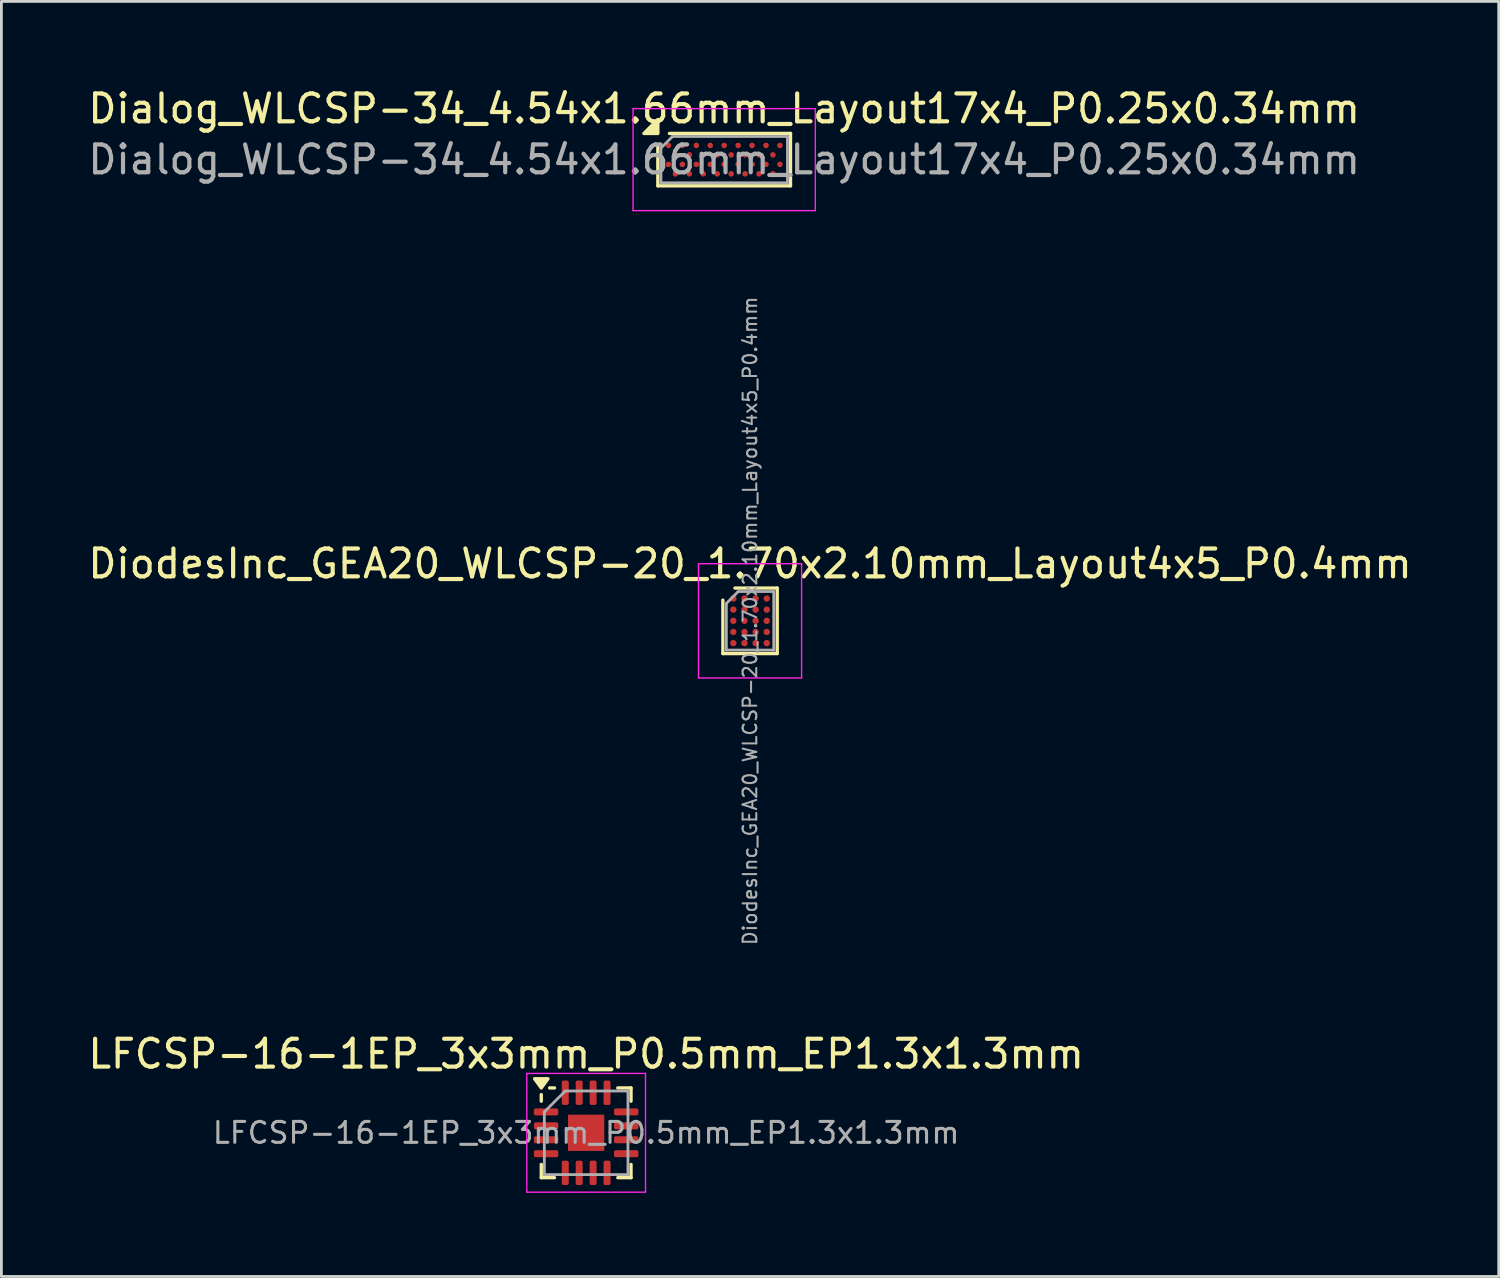
<source format=kicad_pcb>
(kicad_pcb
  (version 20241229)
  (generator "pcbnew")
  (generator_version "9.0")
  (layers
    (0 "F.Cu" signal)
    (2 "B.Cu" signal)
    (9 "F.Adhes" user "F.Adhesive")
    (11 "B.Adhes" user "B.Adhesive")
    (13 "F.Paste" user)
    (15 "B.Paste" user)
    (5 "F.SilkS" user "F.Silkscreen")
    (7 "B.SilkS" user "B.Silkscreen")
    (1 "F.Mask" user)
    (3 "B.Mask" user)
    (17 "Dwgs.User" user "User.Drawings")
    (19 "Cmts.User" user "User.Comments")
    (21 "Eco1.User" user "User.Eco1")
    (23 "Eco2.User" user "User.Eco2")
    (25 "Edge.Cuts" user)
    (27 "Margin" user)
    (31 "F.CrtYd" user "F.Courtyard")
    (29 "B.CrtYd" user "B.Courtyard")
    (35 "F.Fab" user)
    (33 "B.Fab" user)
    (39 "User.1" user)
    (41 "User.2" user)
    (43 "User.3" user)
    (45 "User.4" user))
  (footprint "Dialog_WLCSP-34_4.54x1.66mm_Layout17x4_P0.25x0.34mm"
    (layer "F.Cu")
    (at 22.935 2.678)
    (property "Reference" "Dialog_WLCSP-34_4.54x1.66mm_Layout17x4_P0.25x0.34mm" (at 0 -1.83 0) (layer "F.SilkS") (effects (font (size 1 1) (thickness 0.15))))
    (attr smd)
    (fp_line (start -2.38 0.94) (end -2.38 -0.525) (stroke (width 0.12) (type solid)) (layer "F.SilkS"))
    (fp_line (start -1.965 -0.94) (end 2.38 -0.94) (stroke (width 0.12) (type solid)) (layer "F.SilkS"))
    (fp_line (start 2.38 -0.94) (end 2.38 0.94) (stroke (width 0.12) (type solid)) (layer "F.SilkS"))
    (fp_line (start 2.38 0.94) (end -2.38 0.94) (stroke (width 0.12) (type solid)) (layer "F.SilkS"))
    (fp_poly (pts (xy -2.38 -0.94) (xy -2.88 -0.94) (xy -2.38 -1.44) (xy -2.38 -0.94)) (stroke (width 0.12) (type solid)) (fill yes) (layer "F.SilkS"))
    (fp_line (start -3.27 -1.83) (end -3.27 1.83) (stroke (width 0.05) (type solid)) (layer "F.CrtYd"))
    (fp_line (start -3.27 1.83) (end 3.27 1.83) (stroke (width 0.05) (type solid)) (layer "F.CrtYd"))
    (fp_line (start 3.27 -1.83) (end -3.27 -1.83) (stroke (width 0.05) (type solid)) (layer "F.CrtYd"))
    (fp_line (start 3.27 1.83) (end 3.27 -1.83) (stroke (width 0.05) (type solid)) (layer "F.CrtYd"))
    (fp_line (start -2.27 -0.415) (end -1.855 -0.83) (stroke (width 0.1) (type solid)) (layer "F.Fab"))
    (fp_line (start -2.27 0.83) (end -2.27 -0.415) (stroke (width 0.1) (type solid)) (layer "F.Fab"))
    (fp_line (start -1.855 -0.83) (end 2.27 -0.83) (stroke (width 0.1) (type solid)) (layer "F.Fab"))
    (fp_line (start 2.27 -0.83) (end 2.27 0.83) (stroke (width 0.1) (type solid)) (layer "F.Fab"))
    (fp_line (start 2.27 0.83) (end -2.27 0.83) (stroke (width 0.1) (type solid)) (layer "F.Fab"))
    (fp_text user "${REFERENCE}" (at 0 0 0) (layer "F.Fab") (effects (font (size 1 1) (thickness 0.15))))
    (pad "A1" smd circle (at -2 -0.51) (size 0.2 0.2) (property pad_prop_bga) (layers "F.Cu" "F.Mask" "F.Paste"))
    (pad "A3" smd circle (at -1.5 -0.51) (size 0.2 0.2) (property pad_prop_bga) (layers "F.Cu" "F.Mask" "F.Paste"))
    (pad "A5" smd circle (at -1 -0.51) (size 0.2 0.2) (property pad_prop_bga) (layers "F.Cu" "F.Mask" "F.Paste"))
    (pad "A7" smd circle (at -0.5 -0.51) (size 0.2 0.2) (property pad_prop_bga) (layers "F.Cu" "F.Mask" "F.Paste"))
    (pad "A9" smd circle (at 0 -0.51) (size 0.2 0.2) (property pad_prop_bga) (layers "F.Cu" "F.Mask" "F.Paste"))
    (pad "A11" smd circle (at 0.5 -0.51) (size 0.2 0.2) (property pad_prop_bga) (layers "F.Cu" "F.Mask" "F.Paste"))
    (pad "A13" smd circle (at 1 -0.51) (size 0.2 0.2) (property pad_prop_bga) (layers "F.Cu" "F.Mask" "F.Paste"))
    (pad "A15" smd circle (at 1.5 -0.51) (size 0.2 0.2) (property pad_prop_bga) (layers "F.Cu" "F.Mask" "F.Paste"))
    (pad "A17" smd circle (at 2 -0.51) (size 0.2 0.2) (property pad_prop_bga) (layers "F.Cu" "F.Mask" "F.Paste"))
    (pad "B2" smd circle (at -1.75 -0.17) (size 0.2 0.2) (property pad_prop_bga) (layers "F.Cu" "F.Mask" "F.Paste"))
    (pad "B4" smd circle (at -1.25 -0.17) (size 0.2 0.2) (property pad_prop_bga) (layers "F.Cu" "F.Mask" "F.Paste"))
    (pad "B6" smd circle (at -0.75 -0.17) (size 0.2 0.2) (property pad_prop_bga) (layers "F.Cu" "F.Mask" "F.Paste"))
    (pad "B8" smd circle (at -0.25 -0.17) (size 0.2 0.2) (property pad_prop_bga) (layers "F.Cu" "F.Mask" "F.Paste"))
    (pad "B10" smd circle (at 0.25 -0.17) (size 0.2 0.2) (property pad_prop_bga) (layers "F.Cu" "F.Mask" "F.Paste"))
    (pad "B12" smd circle (at 0.75 -0.17) (size 0.2 0.2) (property pad_prop_bga) (layers "F.Cu" "F.Mask" "F.Paste"))
    (pad "B14" smd circle (at 1.25 -0.17) (size 0.2 0.2) (property pad_prop_bga) (layers "F.Cu" "F.Mask" "F.Paste"))
    (pad "B16" smd circle (at 1.75 -0.17) (size 0.2 0.2) (property pad_prop_bga) (layers "F.Cu" "F.Mask" "F.Paste"))
    (pad "C1" smd circle (at -2 0.17) (size 0.2 0.2) (property pad_prop_bga) (layers "F.Cu" "F.Mask" "F.Paste"))
    (pad "C3" smd circle (at -1.5 0.17) (size 0.2 0.2) (property pad_prop_bga) (layers "F.Cu" "F.Mask" "F.Paste"))
    (pad "C5" smd circle (at -1 0.17) (size 0.2 0.2) (property pad_prop_bga) (layers "F.Cu" "F.Mask" "F.Paste"))
    (pad "C7" smd circle (at -0.5 0.17) (size 0.2 0.2) (property pad_prop_bga) (layers "F.Cu" "F.Mask" "F.Paste"))
    (pad "C9" smd circle (at 0 0.17) (size 0.2 0.2) (property pad_prop_bga) (layers "F.Cu" "F.Mask" "F.Paste"))
    (pad "C11" smd circle (at 0.5 0.17) (size 0.2 0.2) (property pad_prop_bga) (layers "F.Cu" "F.Mask" "F.Paste"))
    (pad "C13" smd circle (at 1 0.17) (size 0.2 0.2) (property pad_prop_bga) (layers "F.Cu" "F.Mask" "F.Paste"))
    (pad "C15" smd circle (at 1.5 0.17) (size 0.2 0.2) (property pad_prop_bga) (layers "F.Cu" "F.Mask" "F.Paste"))
    (pad "C17" smd circle (at 2 0.17) (size 0.2 0.2) (property pad_prop_bga) (layers "F.Cu" "F.Mask" "F.Paste"))
    (pad "D2" smd circle (at -1.75 0.51) (size 0.2 0.2) (property pad_prop_bga) (layers "F.Cu" "F.Mask" "F.Paste"))
    (pad "D4" smd circle (at -1.25 0.51) (size 0.2 0.2) (property pad_prop_bga) (layers "F.Cu" "F.Mask" "F.Paste"))
    (pad "D6" smd circle (at -0.75 0.51) (size 0.2 0.2) (property pad_prop_bga) (layers "F.Cu" "F.Mask" "F.Paste"))
    (pad "D8" smd circle (at -0.25 0.51) (size 0.2 0.2) (property pad_prop_bga) (layers "F.Cu" "F.Mask" "F.Paste"))
    (pad "D10" smd circle (at 0.25 0.51) (size 0.2 0.2) (property pad_prop_bga) (layers "F.Cu" "F.Mask" "F.Paste"))
    (pad "D12" smd circle (at 0.75 0.51) (size 0.2 0.2) (property pad_prop_bga) (layers "F.Cu" "F.Mask" "F.Paste"))
    (pad "D14" smd circle (at 1.25 0.51) (size 0.2 0.2) (property pad_prop_bga) (layers "F.Cu" "F.Mask" "F.Paste"))
    (pad "D16" smd circle (at 1.75 0.51) (size 0.2 0.2) (property pad_prop_bga) (layers "F.Cu" "F.Mask" "F.Paste")))
  (footprint "DiodesInc_GEA20_WLCSP-20_1.70x2.10mm_Layout4x5_P0.4mm"
    (layer "F.Cu")
    (at 23.863 19.226)
    (property "Reference" "DiodesInc_GEA20_WLCSP-20_1.70x2.10mm_Layout4x5_P0.4mm" (at 0 -2.05 0) (layer "F.SilkS") (effects (font (size 1 1) (thickness 0.15))))
    (attr smd)
    (fp_line (start -0.975 1.175) (end -0.975 -0.743) (stroke (width 0.12) (type solid)) (layer "F.SilkS"))
    (fp_line (start -0.542 -1.175) (end 0.975 -1.175) (stroke (width 0.12) (type solid)) (layer "F.SilkS"))
    (fp_line (start 0.975 -1.175) (end 0.975 1.175) (stroke (width 0.12) (type solid)) (layer "F.SilkS"))
    (fp_line (start 0.975 1.175) (end -0.975 1.175) (stroke (width 0.12) (type solid)) (layer "F.SilkS"))
    (fp_line (start -1.85 -2.05) (end -1.85 2.05) (stroke (width 0.05) (type solid)) (layer "F.CrtYd"))
    (fp_line (start -1.85 2.05) (end 1.85 2.05) (stroke (width 0.05) (type solid)) (layer "F.CrtYd"))
    (fp_line (start 1.85 -2.05) (end -1.85 -2.05) (stroke (width 0.05) (type solid)) (layer "F.CrtYd"))
    (fp_line (start 1.85 2.05) (end 1.85 -2.05) (stroke (width 0.05) (type solid)) (layer "F.CrtYd"))
    (fp_line (start -0.85 -0.625) (end -0.425 -1.05) (stroke (width 0.1) (type solid)) (layer "F.Fab"))
    (fp_line (start -0.85 1.05) (end -0.85 -0.625) (stroke (width 0.1) (type solid)) (layer "F.Fab"))
    (fp_line (start -0.425 -1.05) (end 0.85 -1.05) (stroke (width 0.1) (type solid)) (layer "F.Fab"))
    (fp_line (start 0.85 -1.05) (end 0.85 1.05) (stroke (width 0.1) (type solid)) (layer "F.Fab"))
    (fp_line (start 0.85 1.05) (end -0.85 1.05) (stroke (width 0.1) (type solid)) (layer "F.Fab"))
    (fp_text user "${REFERENCE}" (at 0 0 270) (layer "F.Fab") (effects (font (size 0.49 0.49) (thickness 0.073))))
    (pad "A1" smd circle (at -0.6 -0.8) (size 0.23 0.23) (layers "F.Cu" "F.Mask" "F.Paste"))
    (pad "A2" smd circle (at -0.2 -0.8) (size 0.23 0.23) (layers "F.Cu" "F.Mask" "F.Paste"))
    (pad "A3" smd circle (at 0.2 -0.8) (size 0.23 0.23) (layers "F.Cu" "F.Mask" "F.Paste"))
    (pad "A4" smd circle (at 0.6 -0.8) (size 0.23 0.23) (layers "F.Cu" "F.Mask" "F.Paste"))
    (pad "B1" smd circle (at -0.6 -0.4) (size 0.23 0.23) (layers "F.Cu" "F.Mask" "F.Paste"))
    (pad "B2" smd circle (at -0.2 -0.4) (size 0.23 0.23) (layers "F.Cu" "F.Mask" "F.Paste"))
    (pad "B3" smd circle (at 0.2 -0.4) (size 0.23 0.23) (layers "F.Cu" "F.Mask" "F.Paste"))
    (pad "B4" smd circle (at 0.6 -0.4) (size 0.23 0.23) (layers "F.Cu" "F.Mask" "F.Paste"))
    (pad "C1" smd circle (at -0.6 0) (size 0.23 0.23) (layers "F.Cu" "F.Mask" "F.Paste"))
    (pad "C2" smd circle (at -0.2 0) (size 0.23 0.23) (layers "F.Cu" "F.Mask" "F.Paste"))
    (pad "C3" smd circle (at 0.2 0) (size 0.23 0.23) (layers "F.Cu" "F.Mask" "F.Paste"))
    (pad "C4" smd circle (at 0.6 0) (size 0.23 0.23) (layers "F.Cu" "F.Mask" "F.Paste"))
    (pad "D1" smd circle (at -0.6 0.4) (size 0.23 0.23) (layers "F.Cu" "F.Mask" "F.Paste"))
    (pad "D2" smd circle (at -0.2 0.4) (size 0.23 0.23) (layers "F.Cu" "F.Mask" "F.Paste"))
    (pad "D3" smd circle (at 0.2 0.4) (size 0.23 0.23) (layers "F.Cu" "F.Mask" "F.Paste"))
    (pad "D4" smd circle (at 0.6 0.4) (size 0.23 0.23) (layers "F.Cu" "F.Mask" "F.Paste"))
    (pad "E1" smd circle (at -0.6 0.8) (size 0.23 0.23) (layers "F.Cu" "F.Mask" "F.Paste"))
    (pad "E2" smd circle (at -0.2 0.8) (size 0.23 0.23) (layers "F.Cu" "F.Mask" "F.Paste"))
    (pad "E3" smd circle (at 0.2 0.8) (size 0.23 0.23) (layers "F.Cu" "F.Mask" "F.Paste"))
    (pad "E4" smd circle (at 0.6 0.8) (size 0.23 0.23) (layers "F.Cu" "F.Mask" "F.Paste")))
  (footprint "LFCSP-16-1EP_3x3mm_P0.5mm_EP1.3x1.3mm"
    (layer "F.Cu")
    (at 17.982 37.597)
    (property "Reference" "LFCSP-16-1EP_3x3mm_P0.5mm_EP1.3x1.3mm" (at 0 -2.83 0) (layer "F.SilkS") (effects (font (size 1 1) (thickness 0.15))))
    (attr smd)
    (fp_line (start -1.61 -1.135) (end -1.61 -1.37) (stroke (width 0.12) (type solid)) (layer "F.SilkS"))
    (fp_line (start -1.61 1.61) (end -1.61 1.135) (stroke (width 0.12) (type solid)) (layer "F.SilkS"))
    (fp_line (start -1.135 -1.61) (end -1.31 -1.61) (stroke (width 0.12) (type solid)) (layer "F.SilkS"))
    (fp_line (start -1.135 1.61) (end -1.61 1.61) (stroke (width 0.12) (type solid)) (layer "F.SilkS"))
    (fp_line (start 1.135 -1.61) (end 1.61 -1.61) (stroke (width 0.12) (type solid)) (layer "F.SilkS"))
    (fp_line (start 1.135 1.61) (end 1.61 1.61) (stroke (width 0.12) (type solid)) (layer "F.SilkS"))
    (fp_line (start 1.61 -1.61) (end 1.61 -1.135) (stroke (width 0.12) (type solid)) (layer "F.SilkS"))
    (fp_line (start 1.61 1.61) (end 1.61 1.135) (stroke (width 0.12) (type solid)) (layer "F.SilkS"))
    (fp_poly (pts (xy -1.61 -1.61) (xy -1.85 -1.94) (xy -1.37 -1.94) (xy -1.61 -1.61)) (stroke (width 0.12) (type solid)) (fill yes) (layer "F.SilkS"))
    (fp_line (start -2.13 -2.13) (end -2.13 2.13) (stroke (width 0.05) (type solid)) (layer "F.CrtYd"))
    (fp_line (start -2.13 2.13) (end 2.13 2.13) (stroke (width 0.05) (type solid)) (layer "F.CrtYd"))
    (fp_line (start 2.13 -2.13) (end -2.13 -2.13) (stroke (width 0.05) (type solid)) (layer "F.CrtYd"))
    (fp_line (start 2.13 2.13) (end 2.13 -2.13) (stroke (width 0.05) (type solid)) (layer "F.CrtYd"))
    (fp_line (start -1.5 -0.75) (end -0.75 -1.5) (stroke (width 0.1) (type solid)) (layer "F.Fab"))
    (fp_line (start -1.5 1.5) (end -1.5 -0.75) (stroke (width 0.1) (type solid)) (layer "F.Fab"))
    (fp_line (start -0.75 -1.5) (end 1.5 -1.5) (stroke (width 0.1) (type solid)) (layer "F.Fab"))
    (fp_line (start 1.5 -1.5) (end 1.5 1.5) (stroke (width 0.1) (type solid)) (layer "F.Fab"))
    (fp_line (start 1.5 1.5) (end -1.5 1.5) (stroke (width 0.1) (type solid)) (layer "F.Fab"))
    (fp_text user "${REFERENCE}" (at 0 0 0) (layer "F.Fab") (effects (font (size 0.75 0.75) (thickness 0.11))))
    (pad "" smd roundrect (at -0.325 -0.325) (size 0.52 0.52) (layers "F.Paste") (roundrect_rratio 0.25))
    (pad "" smd roundrect (at -0.325 0.325) (size 0.52 0.52) (layers "F.Paste") (roundrect_rratio 0.25))
    (pad "" smd roundrect (at 0.325 -0.325) (size 0.52 0.52) (layers "F.Paste") (roundrect_rratio 0.25))
    (pad "" smd roundrect (at 0.325 0.325) (size 0.52 0.52) (layers "F.Paste") (roundrect_rratio 0.25))
    (pad "1" smd roundrect (at -1.438 -0.75) (size 0.875 0.25) (layers "F.Cu" "F.Mask" "F.Paste") (roundrect_rratio 0.25))
    (pad "2" smd roundrect (at -1.438 -0.25) (size 0.875 0.25) (layers "F.Cu" "F.Mask" "F.Paste") (roundrect_rratio 0.25))
    (pad "3" smd roundrect (at -1.438 0.25) (size 0.875 0.25) (layers "F.Cu" "F.Mask" "F.Paste") (roundrect_rratio 0.25))
    (pad "4" smd roundrect (at -1.438 0.75) (size 0.875 0.25) (layers "F.Cu" "F.Mask" "F.Paste") (roundrect_rratio 0.25))
    (pad "5" smd roundrect (at -0.75 1.438) (size 0.25 0.875) (layers "F.Cu" "F.Mask" "F.Paste") (roundrect_rratio 0.25))
    (pad "6" smd roundrect (at -0.25 1.438) (size 0.25 0.875) (layers "F.Cu" "F.Mask" "F.Paste") (roundrect_rratio 0.25))
    (pad "7" smd roundrect (at 0.25 1.438) (size 0.25 0.875) (layers "F.Cu" "F.Mask" "F.Paste") (roundrect_rratio 0.25))
    (pad "8" smd roundrect (at 0.75 1.438) (size 0.25 0.875) (layers "F.Cu" "F.Mask" "F.Paste") (roundrect_rratio 0.25))
    (pad "9" smd roundrect (at 1.438 0.75) (size 0.875 0.25) (layers "F.Cu" "F.Mask" "F.Paste") (roundrect_rratio 0.25))
    (pad "10" smd roundrect (at 1.438 0.25) (size 0.875 0.25) (layers "F.Cu" "F.Mask" "F.Paste") (roundrect_rratio 0.25))
    (pad "11" smd roundrect (at 1.438 -0.25) (size 0.875 0.25) (layers "F.Cu" "F.Mask" "F.Paste") (roundrect_rratio 0.25))
    (pad "12" smd roundrect (at 1.438 -0.75) (size 0.875 0.25) (layers "F.Cu" "F.Mask" "F.Paste") (roundrect_rratio 0.25))
    (pad "13" smd roundrect (at 0.75 -1.438) (size 0.25 0.875) (layers "F.Cu" "F.Mask" "F.Paste") (roundrect_rratio 0.25))
    (pad "14" smd roundrect (at 0.25 -1.438) (size 0.25 0.875) (layers "F.Cu" "F.Mask" "F.Paste") (roundrect_rratio 0.25))
    (pad "15" smd roundrect (at -0.25 -1.438) (size 0.25 0.875) (layers "F.Cu" "F.Mask" "F.Paste") (roundrect_rratio 0.25))
    (pad "16" smd roundrect (at -0.75 -1.438) (size 0.25 0.875) (layers "F.Cu" "F.Mask" "F.Paste") (roundrect_rratio 0.25))
    (pad "17" smd rect (at 0 0) (size 1.3 1.3) (property pad_prop_heatsink) (layers "F.Cu" "F.Mask")))
  (gr_rect
    (start -3 -3)
    (end 50.726 42.752)
    (stroke (width 0.1) (type default))
    (fill no)
    (layer "Edge.Cuts")))
</source>
